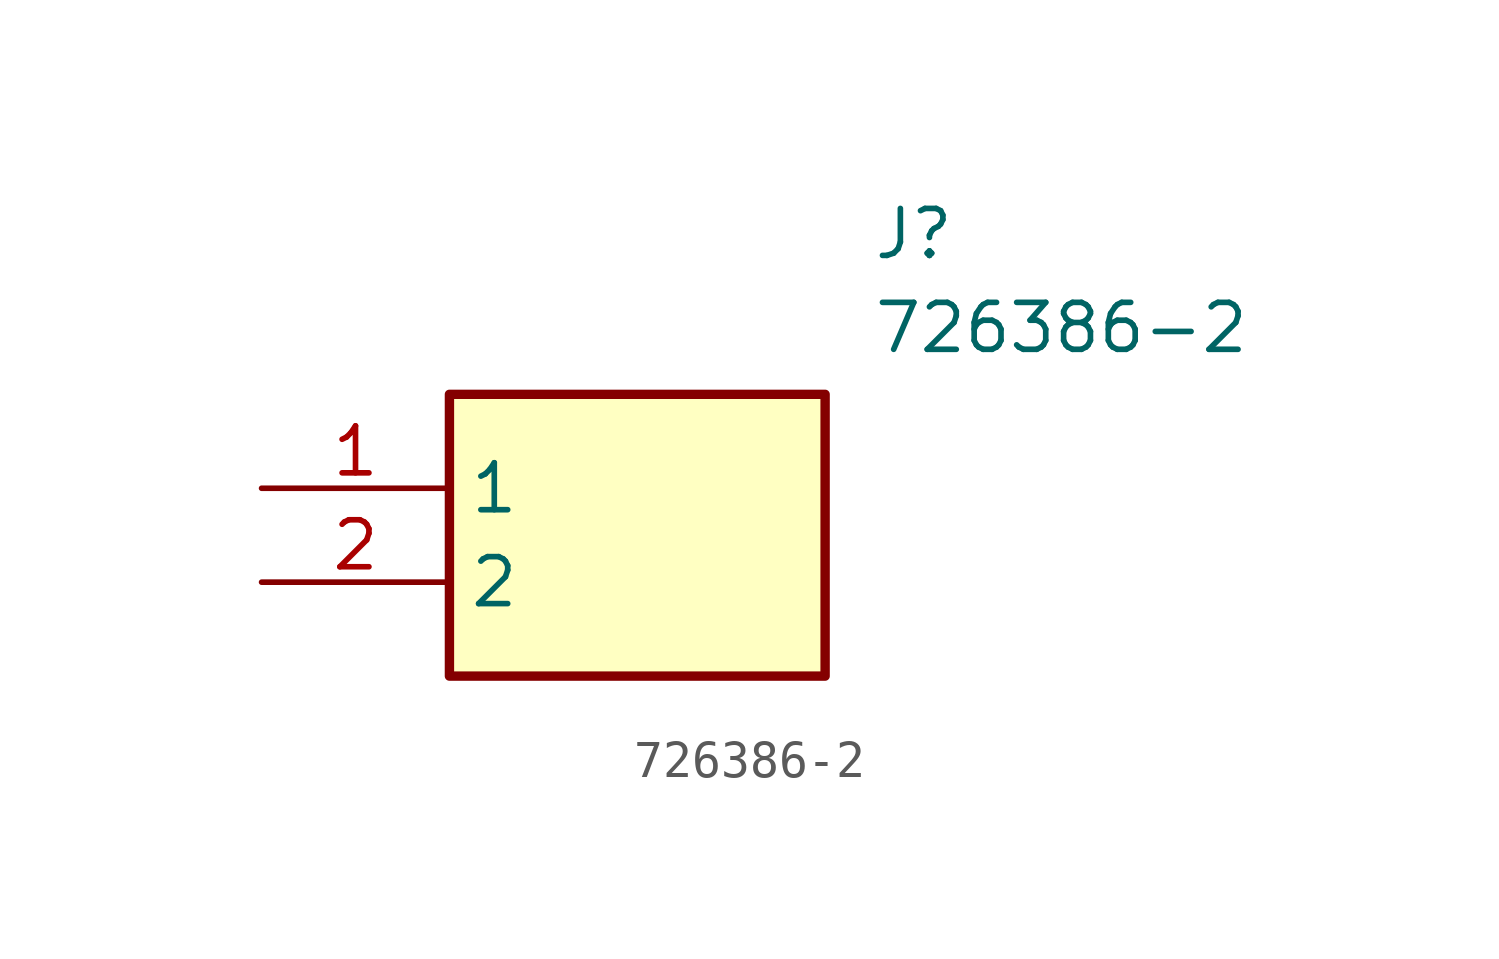
<source format=kicad_sym>
(kicad_symbol_lib
  (version 20211014)
  (generator SamacSys_ECAD_Model)
  (symbol "726386-2"
    (property "Reference" "J"
      (at 16.51 7.62 0)
      (effects (font (size 1.27 1.27)) (justify left top)))
    (property "Value" "726386-2"
      (at 16.51 5.08 0)
      (effects (font (size 1.27 1.27)) (justify left top)))
    (rectangle
      (start 5.08 2.54)
      (end 15.24 -5.08)
      (stroke (width 0.254) (type default))
      (fill (type background)))
    (pin passive line
      (at 0 0 0)
      (length 5.08)
      (name "1" (effects (font (size 1.27 1.27))))
      (number "1" (effects (font (size 1.27 1.27)))))
    (pin passive line
      (at 0 -2.54 0)
      (length 5.08)
      (name "2" (effects (font (size 1.27 1.27))))
      (number "2" (effects (font (size 1.27 1.27)))))))
</source>
